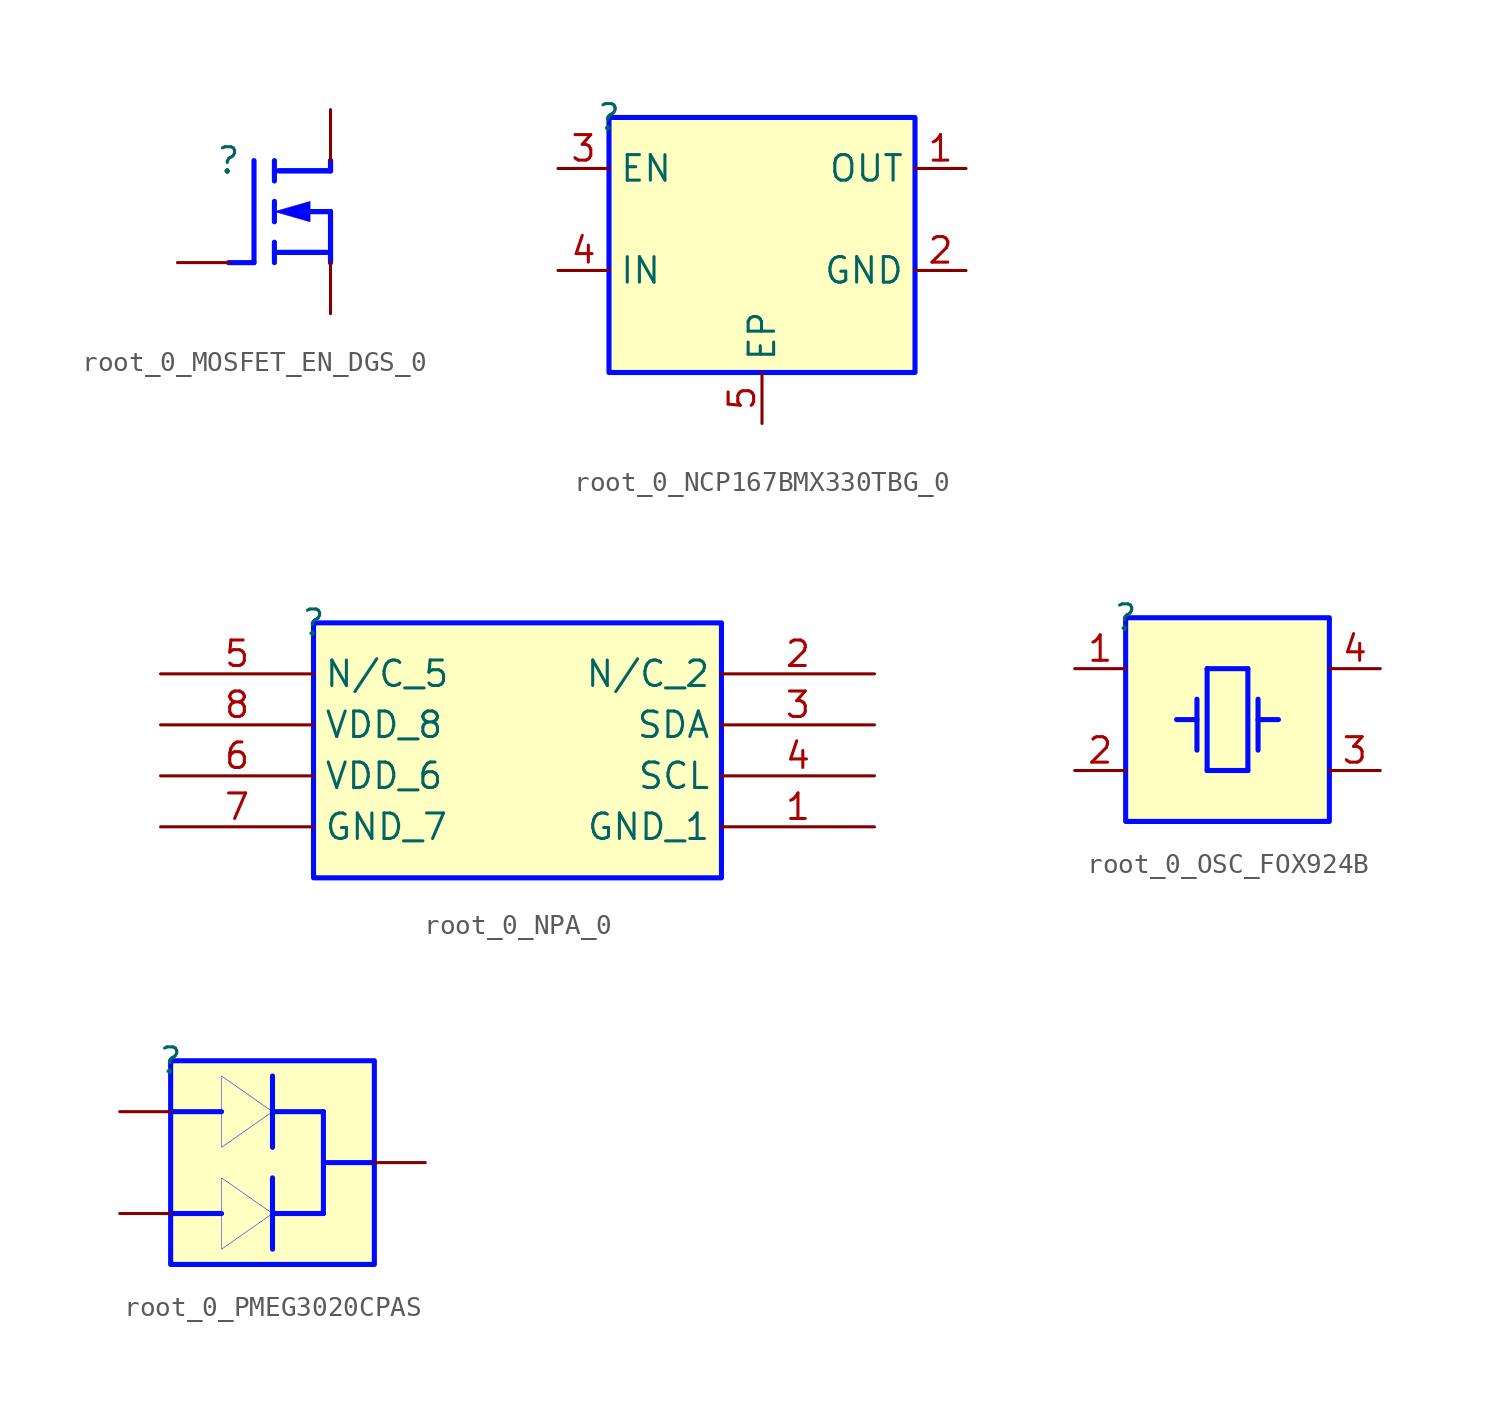
<source format=kicad_sym>
(kicad_symbol_lib
  (version 20231120)
  (generator "kicad_symbol_editor")
  (generator_version "8.0")
  (symbol "root_0_MOSFET_EN_DGS_0"
    (property "Reference" ""
      (at 0 0 0)
      (effects (font (size 1.27 1.27))))
    (property "Value" ""
      (at 0 0 0)
      (effects (font (size 1.27 1.27))))
    (symbol "root_0_MOSFET_EN_DGS_0_1_0"
      (polyline (pts (xy 0 -5.08) (xy 1.27 -5.08)) (stroke (width 0.254) (type solid) (color 0 11 255 1)) (fill (type none)))
      (polyline (pts (xy 1.27 -5.08) (xy 1.27 0)) (stroke (width 0.254) (type solid) (color 0 11 255 1)) (fill (type none)))
      (polyline (pts (xy 2.286 -4.572) (xy 5.08 -4.572)) (stroke (width 0.254) (type solid) (color 0 11 255 1)) (fill (type none)))
      (polyline (pts (xy 2.286 -4.064) (xy 2.286 -5.08)) (stroke (width 0.254) (type solid) (color 0 11 255 1)) (fill (type none)))
      (polyline (pts (xy 2.286 -2.032) (xy 2.286 -3.048)) (stroke (width 0.254) (type solid) (color 0 11 255 1)) (fill (type none)))
      (polyline (pts (xy 2.286 0) (xy 2.286 -1.016)) (stroke (width 0.254) (type solid) (color 0 11 255 1)) (fill (type none)))
      (polyline (pts (xy 2.54 -4.572) (xy 4.826 -4.572)) (stroke (width 0.254) (type solid) (color 0 11 255 1)) (fill (type none)))
      (polyline (pts (xy 3.556 -2.54) (xy 5.08 -2.54)) (stroke (width 0.254) (type solid) (color 0 11 255 1)) (fill (type none)))
      (polyline (pts (xy 4.064 -2.54) (xy 5.08 -2.54)) (stroke (width 0.254) (type solid) (color 0 11 255 1)) (fill (type none)))
      (polyline (pts (xy 5.08 -2.54) (xy 5.08 -5.08)) (stroke (width 0.254) (type solid) (color 0 11 255 1)) (fill (type none)))
      (polyline (pts (xy 5.08 -2.54) (xy 5.08 -5.08)) (stroke (width 0.254) (type solid) (color 0 11 255 1)) (fill (type none)))
      (polyline (pts (xy 5.08 -0.508) (xy 2.286 -0.508)) (stroke (width 0.254) (type solid) (color 0 11 255 1)) (fill (type none)))
      (polyline (pts (xy 5.08 -0.508) (xy 2.54 -0.508)) (stroke (width 0.254) (type solid) (color 0 11 255 1)) (fill (type none)))
      (polyline (pts (xy 5.08 0) (xy 5.08 -0.508)) (stroke (width 0.254) (type solid) (color 0 11 255 1)) (fill (type none)))
      (polyline (pts (xy 5.08 0) (xy 5.08 -0.508)) (stroke (width 0.254) (type solid) (color 0 11 255 1)) (fill (type none)))
      (polyline (pts (xy 2.286 -2.54) (xy 4.064 -3.048) (xy 4.064 -2.032) (xy 2.286 -2.54) (xy 2.286 -2.54)) (stroke (width 0.025) (type solid) (color 0 11 255 1)) (fill (type color) (color 0 0 255 1)))
      (pin passive line (at -2.54 -5.08 0) (length 2.54) (name "G" (effects (font (size 0 0)))) (number "1" (effects (font (size 0 0)))))
      (pin passive line (at 5.08 -7.62 90) (length 2.54) (name "S" (effects (font (size 0 0)))) (number "2" (effects (font (size 0 0)))))
      (pin passive line (at 5.08 2.54 270) (length 2.54) (name "D" (effects (font (size 0 0)))) (number "3" (effects (font (size 0 0)))))))
  (symbol "root_0_NCP167BMX330TBG_0"
    (property "Reference" ""
      (at 0 0 0)
      (effects (font (size 1.27 1.27))))
    (property "Value" ""
      (at 0 0 0)
      (effects (font (size 1.27 1.27))))
    (symbol "root_0_NCP167BMX330TBG_0_1_0"
      (rectangle (start 15.24 0) (end 0 -12.7) (stroke (width 0.254) (type solid) (color 0 11 255 1)) (fill (type background)))
      (pin passive line (at 17.78 -2.54 180) (length 2.54) (name "OUT" (effects (font (size 1.27 1.27)))) (number "1" (effects (font (size 1.27 1.27)))))
      (pin passive line (at 17.78 -7.62 180) (length 2.54) (name "GND" (effects (font (size 1.27 1.27)))) (number "2" (effects (font (size 1.27 1.27)))))
      (pin passive line (at -2.54 -2.54 0) (length 2.54) (name "EN" (effects (font (size 1.27 1.27)))) (number "3" (effects (font (size 1.27 1.27)))))
      (pin passive line (at -2.54 -7.62 0) (length 2.54) (name "IN" (effects (font (size 1.27 1.27)))) (number "4" (effects (font (size 1.27 1.27)))))
      (pin passive line (at 7.62 -15.24 90) (length 2.54) (name "EP" (effects (font (size 1.27 1.27)))) (number "5" (effects (font (size 1.27 1.27)))))))
  (symbol "root_0_NPA_0"
    (property "Reference" ""
      (at 0 0 0)
      (effects (font (size 1.27 1.27))))
    (property "Value" ""
      (at 0 0 0)
      (effects (font (size 1.27 1.27))))
    (symbol "root_0_NPA_0_1_0"
      (rectangle (start 20.32 0) (end 0 -12.7) (stroke (width 0.254) (type solid) (color 0 11 255 1)) (fill (type background)))
      (pin passive line (at 27.94 -10.16 180) (length 7.62) (name "GND_1" (effects (font (size 1.27 1.27)))) (number "1" (effects (font (size 1.27 1.27)))))
      (pin passive line (at 27.94 -2.54 180) (length 7.62) (name "N/C_2" (effects (font (size 1.27 1.27)))) (number "2" (effects (font (size 1.27 1.27)))))
      (pin open_collector line (at 27.94 -5.08 180) (length 7.62) (name "SDA" (effects (font (size 1.27 1.27)))) (number "3" (effects (font (size 1.27 1.27)))))
      (pin open_collector line (at 27.94 -7.62 180) (length 7.62) (name "SCL" (effects (font (size 1.27 1.27)))) (number "4" (effects (font (size 1.27 1.27)))))
      (pin passive line (at -7.62 -2.54 0) (length 7.62) (name "N/C_5" (effects (font (size 1.27 1.27)))) (number "5" (effects (font (size 1.27 1.27)))))
      (pin passive line (at -7.62 -7.62 0) (length 7.62) (name "VDD_6" (effects (font (size 1.27 1.27)))) (number "6" (effects (font (size 1.27 1.27)))))
      (pin passive line (at -7.62 -10.16 0) (length 7.62) (name "GND_7" (effects (font (size 1.27 1.27)))) (number "7" (effects (font (size 1.27 1.27)))))
      (pin passive line (at -7.62 -5.08 0) (length 7.62) (name "VDD_8" (effects (font (size 1.27 1.27)))) (number "8" (effects (font (size 1.27 1.27)))))))
  (symbol "root_0_OSC_FOX924B"
    (property "Reference" ""
      (at 0 0 0)
      (effects (font (size 1.27 1.27))))
    (property "Value" ""
      (at 0 0 0)
      (effects (font (size 1.27 1.27))))
    (symbol "root_0_OSC_FOX924B_1_0"
      (polyline (pts (xy 3.556 -5.08) (xy 2.54 -5.08)) (stroke (width 0.254) (type solid) (color 0 11 255 1)) (fill (type none)))
      (polyline (pts (xy 3.556 -4.064) (xy 3.556 -6.604)) (stroke (width 0.254) (type solid) (color 0 11 255 1)) (fill (type none)))
      (polyline (pts (xy 4.064 -7.62) (xy 6.096 -7.62)) (stroke (width 0.254) (type solid) (color 0 11 255 1)) (fill (type none)))
      (polyline (pts (xy 4.064 -2.54) (xy 4.064 -7.62)) (stroke (width 0.254) (type solid) (color 0 11 255 1)) (fill (type none)))
      (polyline (pts (xy 6.096 -7.62) (xy 6.096 -2.54)) (stroke (width 0.254) (type solid) (color 0 11 255 1)) (fill (type none)))
      (polyline (pts (xy 6.096 -2.54) (xy 4.064 -2.54)) (stroke (width 0.254) (type solid) (color 0 11 255 1)) (fill (type none)))
      (polyline (pts (xy 6.604 -4.064) (xy 6.604 -6.604)) (stroke (width 0.254) (type solid) (color 0 11 255 1)) (fill (type none)))
      (polyline (pts (xy 7.62 -5.08) (xy 6.604 -5.08)) (stroke (width 0.254) (type solid) (color 0 11 255 1)) (fill (type none)))
      (rectangle (start 10.16 0) (end 0 -10.16) (stroke (width 0.254) (type solid) (color 0 11 255 1)) (fill (type background)))
      (pin passive line (at -2.54 -2.54 0) (length 2.54) (name "NC" (effects (font (size 0 0)))) (number "1" (effects (font (size 1.27 1.27)))))
      (pin passive line (at -2.54 -7.62 0) (length 2.54) (name "GND" (effects (font (size 0 0)))) (number "2" (effects (font (size 1.27 1.27)))))
      (pin output line (at 12.7 -7.62 180) (length 2.54) (name "OUT" (effects (font (size 0 0)))) (number "3" (effects (font (size 1.27 1.27)))))
      (pin passive line (at 12.7 -2.54 180) (length 2.54) (name "VCC" (effects (font (size 0 0)))) (number "4" (effects (font (size 1.27 1.27)))))))
  (symbol "root_0_PMEG3020CPAS"
    (property "Reference" ""
      (at 0 0 0)
      (effects (font (size 1.27 1.27))))
    (property "Value" ""
      (at 0 0 0)
      (effects (font (size 1.27 1.27))))
    (symbol "root_0_PMEG3020CPAS_1_0"
      (polyline (pts (xy 0 -7.62) (xy 2.54 -7.62)) (stroke (width 0.254) (type solid) (color 0 11 255 1)) (fill (type none)))
      (polyline (pts (xy 0 -2.54) (xy 2.54 -2.54)) (stroke (width 0.254) (type solid) (color 0 11 255 1)) (fill (type none)))
      (polyline (pts (xy 5.08 -7.62) (xy 7.62 -7.62)) (stroke (width 0.254) (type solid) (color 0 11 255 1)) (fill (type none)))
      (polyline (pts (xy 5.08 -5.842) (xy 5.08 -9.398)) (stroke (width 0.254) (type solid) (color 0 11 255 1)) (fill (type none)))
      (polyline (pts (xy 5.08 -2.54) (xy 7.62 -2.54)) (stroke (width 0.254) (type solid) (color 0 11 255 1)) (fill (type none)))
      (polyline (pts (xy 5.08 -0.762) (xy 5.08 -4.318)) (stroke (width 0.254) (type solid) (color 0 11 255 1)) (fill (type none)))
      (polyline (pts (xy 7.62 -7.62) (xy 7.62 -2.54)) (stroke (width 0.254) (type solid) (color 0 11 255 1)) (fill (type none)))
      (polyline (pts (xy 7.62 -5.08) (xy 10.16 -5.08)) (stroke (width 0.254) (type solid) (color 0 11 255 1)) (fill (type none)))
      (polyline (pts (xy 5.08 -7.62) (xy 5.08 -7.62) (xy 2.54 -9.398) (xy 2.54 -5.842) (xy 5.08 -7.62) (xy 5.08 -7.62)) (stroke (width 0.025) (type solid) (color 0 11 255 1)) (fill (type color) (color 0 0 255 1)))
      (polyline (pts (xy 5.08 -2.54) (xy 5.08 -2.54) (xy 2.54 -4.318) (xy 2.54 -0.762) (xy 5.08 -2.54) (xy 5.08 -2.54)) (stroke (width 0.025) (type solid) (color 0 11 255 1)) (fill (type color) (color 0 0 255 1)))
      (rectangle (start 10.16 0) (end 0 -10.16) (stroke (width 0.254) (type solid) (color 0 11 255 1)) (fill (type background)))
      (pin passive line (at -2.54 -2.54 0) (length 2.54) (name "1" (effects (font (size 0 0)))) (number "1" (effects (font (size 0 0)))))
      (pin passive line (at -2.54 -7.62 0) (length 2.54) (name "2" (effects (font (size 0 0)))) (number "2" (effects (font (size 0 0)))))
      (pin passive line (at 12.7 -5.08 180) (length 2.54) (name "3" (effects (font (size 0 0)))) (number "3" (effects (font (size 0 0))))))))
</source>
